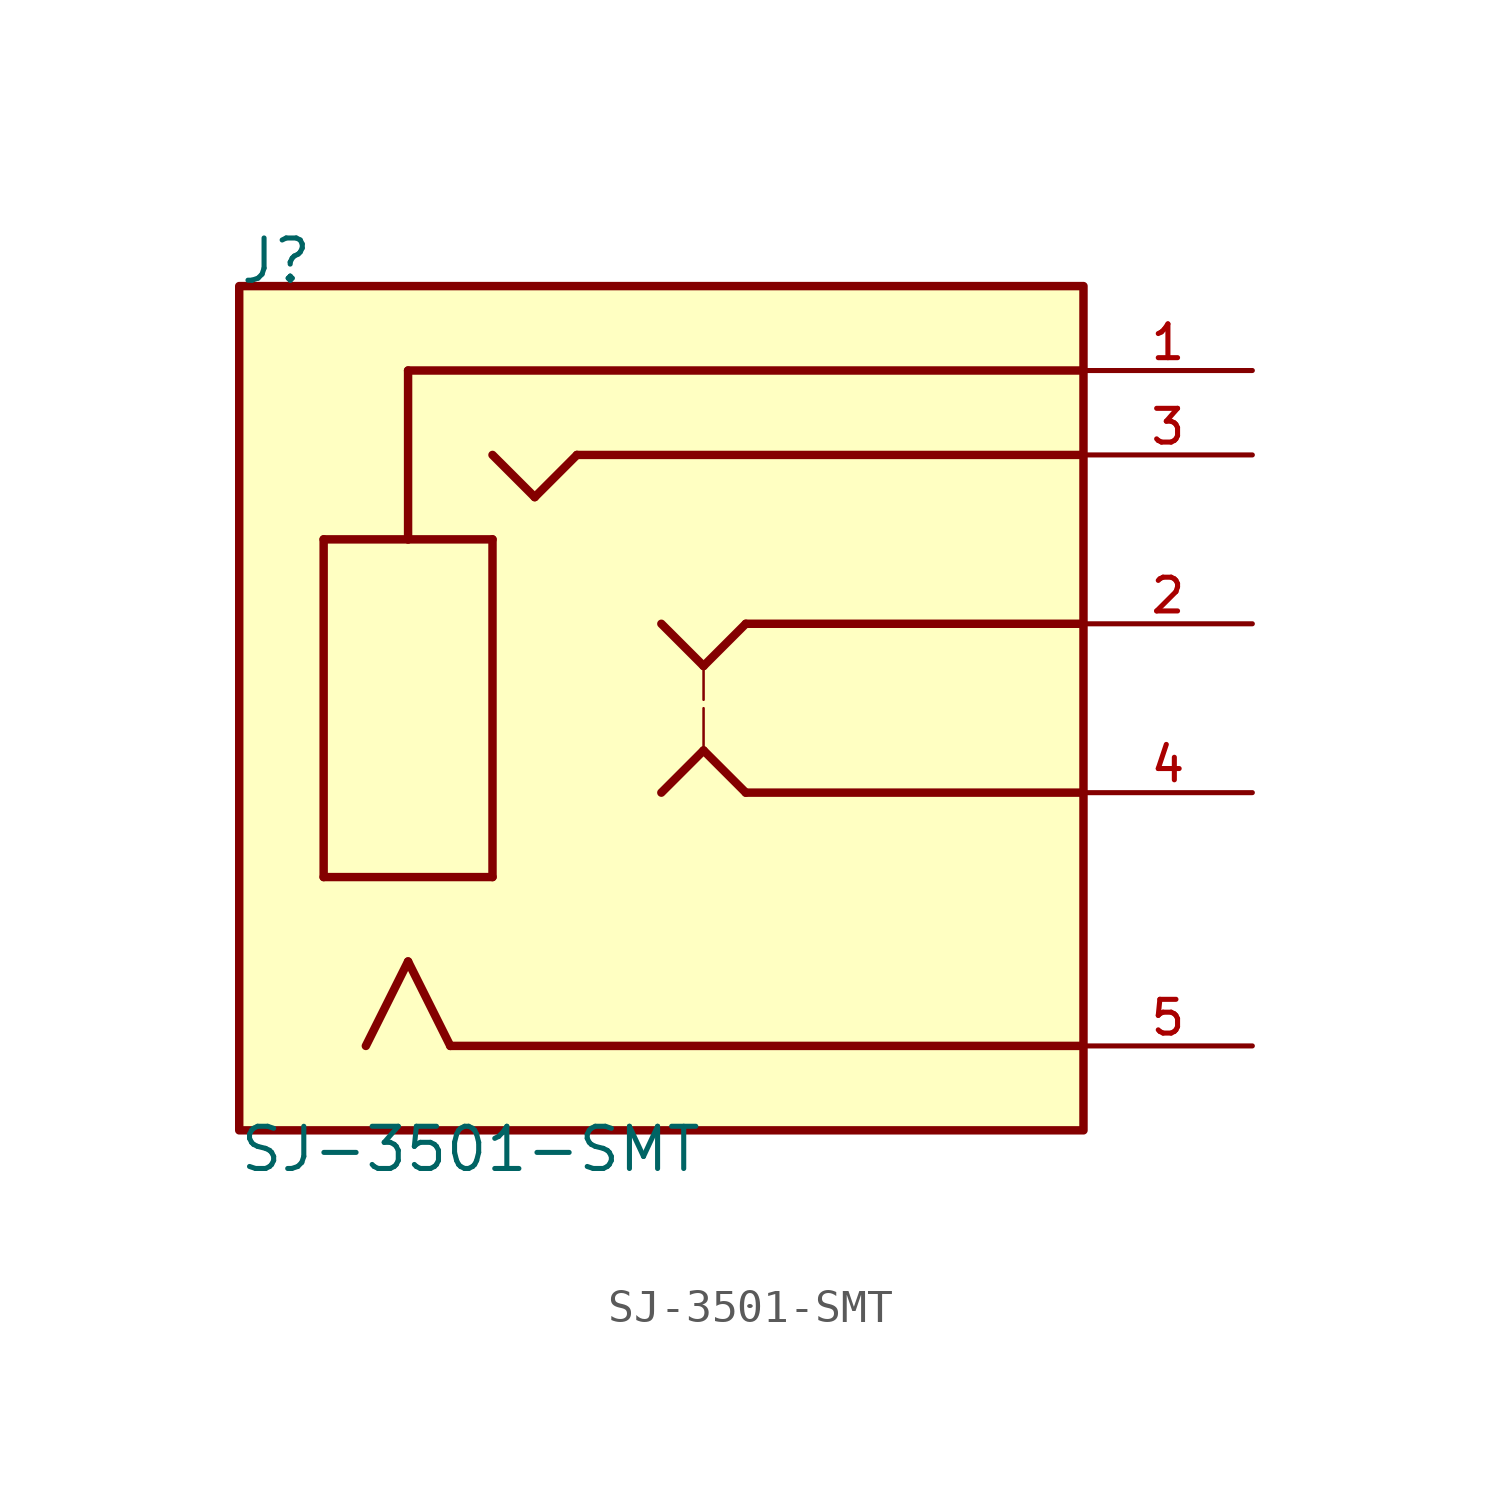
<source format=kicad_sym>
(kicad_symbol_lib
  (version 20211014)
  (generator kicad_symbol_editor)
  (symbol "SJ-3501-SMT"
    (pin_names
      (offset 1.016))
    (property "Reference" "J"
      (at -12.718 10.174 0)
      (effects (font (size 1.27 1.27)) (justify bottom left)))
    (property "Value" "SJ-3501-SMT"
      (at -12.732 -16.551 0)
      (effects (font (size 1.27 1.27)) (justify bottom left)))
    (symbol "SJ-3501-SMT_0_0"
      (polyline (pts (xy -10.16 2.54) (xy -10.16 -7.62)) (stroke (width 0.254)))
      (polyline (pts (xy -10.16 -7.62) (xy -5.08 -7.62)) (stroke (width 0.254)))
      (polyline (pts (xy -5.08 -7.62) (xy -5.08 2.54)) (stroke (width 0.254)))
      (polyline (pts (xy -5.08 2.54) (xy -7.62 2.54)) (stroke (width 0.254)))
      (polyline (pts (xy -7.62 2.54) (xy -10.16 2.54)) (stroke (width 0.254)))
      (polyline (pts (xy -7.62 2.54) (xy -7.62 7.62)) (stroke (width 0.254)))
      (polyline (pts (xy -7.62 7.62) (xy 12.7 7.62)) (stroke (width 0.254)))
      (polyline (pts (xy 0.0 0.0) (xy 1.27 -1.27)) (stroke (width 0.254)))
      (polyline (pts (xy 1.27 -1.27) (xy 2.54 0.0)) (stroke (width 0.254)))
      (polyline (pts (xy 2.54 0.0) (xy 12.7 0.0)) (stroke (width 0.254)))
      (polyline (pts (xy -5.08 5.08) (xy -3.81 3.81)) (stroke (width 0.254)))
      (polyline (pts (xy -3.81 3.81) (xy -2.54 5.08)) (stroke (width 0.254)))
      (polyline (pts (xy -2.54 5.08) (xy 12.7 5.08)) (stroke (width 0.254)))
      (polyline (pts (xy 0.0 -5.08) (xy 1.27 -3.81)) (stroke (width 0.254)))
      (polyline (pts (xy 1.27 -3.81) (xy 2.54 -5.08)) (stroke (width 0.254)))
      (polyline (pts (xy 2.54 -5.08) (xy 12.7 -5.08)) (stroke (width 0.254)))
      (polyline (pts (xy -8.89 -12.7) (xy -7.62 -10.16)) (stroke (width 0.254)))
      (polyline (pts (xy -7.62 -10.16) (xy -6.35 -12.7)) (stroke (width 0.254)))
      (polyline (pts (xy -6.35 -12.7) (xy 12.7 -12.7)) (stroke (width 0.254)))
      (polyline (pts (xy 1.27 -1.27) (xy 1.27 -2.286)) (stroke (width 0.076)))
      (polyline (pts (xy 1.27 -2.54) (xy 1.27 -3.81)) (stroke (width 0.076)))
      (rectangle (start -12.7 -15.24) (end 12.7 10.16) (stroke (width 0.254)) (fill (type background)))
      (pin passive line (at 17.78 7.62 180.0) (length 5.08) (name "~" (effects (font (size 1.016 1.016)))) (number "1" (effects (font (size 1.016 1.016)))))
      (pin passive line (at 17.78 0.0 180.0) (length 5.08) (name "~" (effects (font (size 1.016 1.016)))) (number "2" (effects (font (size 1.016 1.016)))))
      (pin passive line (at 17.78 5.08 180.0) (length 5.08) (name "~" (effects (font (size 1.016 1.016)))) (number "3" (effects (font (size 1.016 1.016)))))
      (pin passive line (at 17.78 -5.08 180.0) (length 5.08) (name "~" (effects (font (size 1.016 1.016)))) (number "4" (effects (font (size 1.016 1.016)))))
      (pin passive line (at 17.78 -12.7 180.0) (length 5.08) (name "~" (effects (font (size 1.016 1.016)))) (number "5" (effects (font (size 1.016 1.016))))))))
</source>
